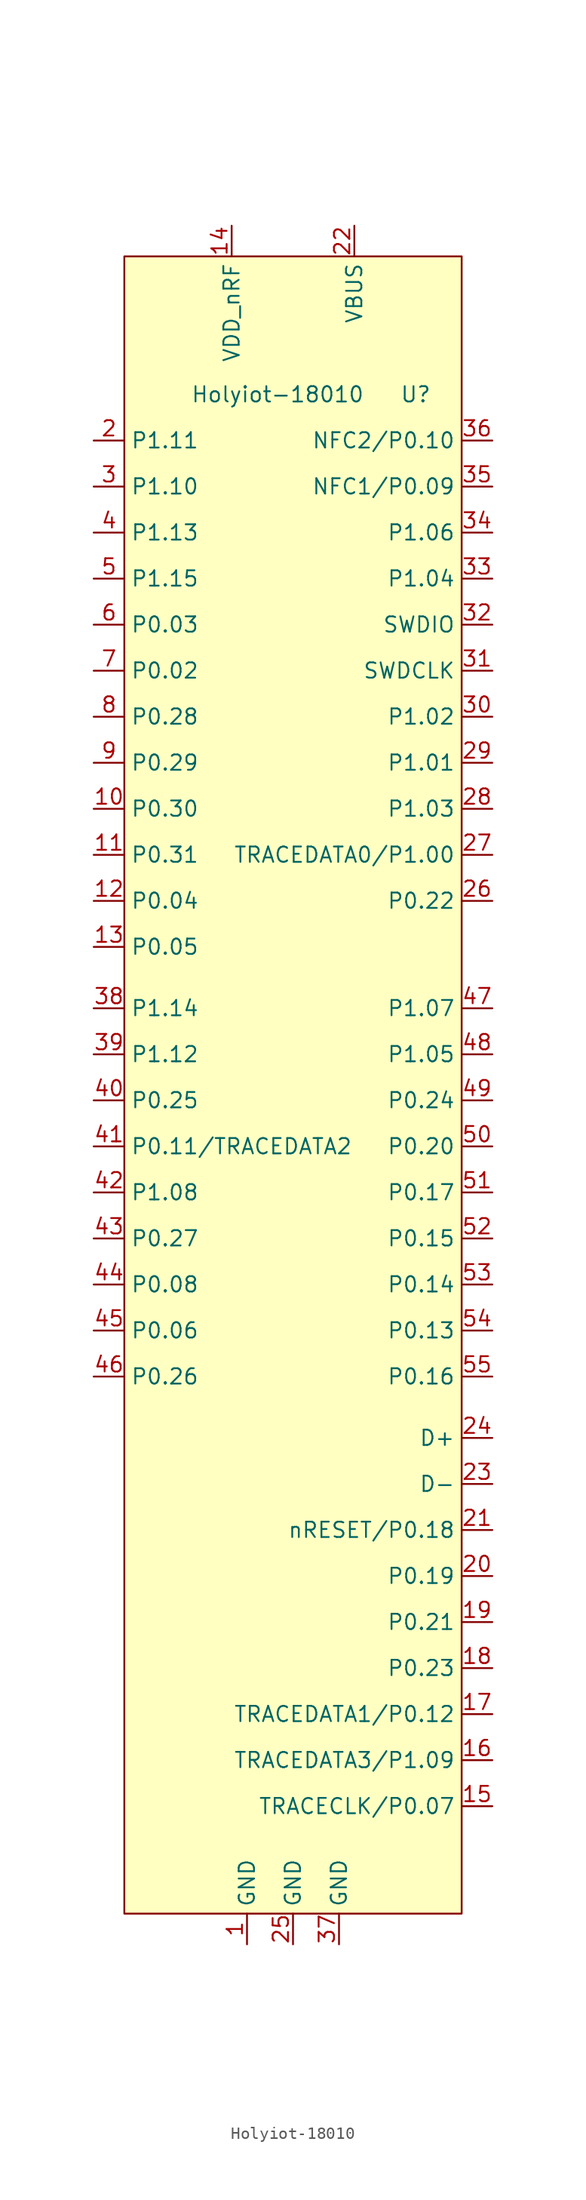
<source format=kicad_sym>
(kicad_symbol_lib
  (version 20211014)
  (generator kicad_symbol_editor)
  (symbol "Holyiot-18010"
    (property "Reference" "U"
      (at 10.16 0 0)
      (effects (font (size 1.27 1.27))))
    (property "Value" "Holyiot-18010"
      (at -1.27 0 0)
      (effects (font (size 1.27 1.27))))
    (symbol "Holyiot-18010_0_1"
      (rectangle (start -13.97 11.43) (end 13.97 -125.73) (stroke (width 0) (type default) (color 0 0 0 0)) (fill (type background))))
    (symbol "Holyiot-18010_1_1"
      (pin power_in line (at -3.81 -128.27 90) (length 2.54) (name "GND" (effects (font (size 1.27 1.27)))) (number "1" (effects (font (size 1.27 1.27)))))
      (pin bidirectional line (at -16.51 -34.29 0) (length 2.54) (name "P0.30" (effects (font (size 1.27 1.27)))) (number "10" (effects (font (size 1.27 1.27)))))
      (pin bidirectional line (at -16.51 -38.1 0) (length 2.54) (name "P0.31" (effects (font (size 1.27 1.27)))) (number "11" (effects (font (size 1.27 1.27)))))
      (pin bidirectional line (at -16.51 -41.91 0) (length 2.54) (name "P0.04" (effects (font (size 1.27 1.27)))) (number "12" (effects (font (size 1.27 1.27)))))
      (pin bidirectional line (at -16.51 -45.72 0) (length 2.54) (name "P0.05" (effects (font (size 1.27 1.27)))) (number "13" (effects (font (size 1.27 1.27)))))
      (pin power_in line (at -5.08 13.97 270) (length 2.54) (name "VDD_nRF" (effects (font (size 1.27 1.27)))) (number "14" (effects (font (size 1.27 1.27)))))
      (pin bidirectional line (at 16.51 -116.84 180) (length 2.54) (name "TRACECLK/P0.07" (effects (font (size 1.27 1.27)))) (number "15" (effects (font (size 1.27 1.27)))))
      (pin bidirectional line (at 16.51 -113.03 180) (length 2.54) (name "TRACEDATA3/P1.09" (effects (font (size 1.27 1.27)))) (number "16" (effects (font (size 1.27 1.27)))))
      (pin bidirectional line (at 16.51 -109.22 180) (length 2.54) (name "TRACEDATA1/P0.12" (effects (font (size 1.27 1.27)))) (number "17" (effects (font (size 1.27 1.27)))))
      (pin bidirectional line (at 16.51 -105.41 180) (length 2.54) (name "P0.23" (effects (font (size 1.27 1.27)))) (number "18" (effects (font (size 1.27 1.27)))))
      (pin bidirectional line (at 16.51 -101.6 180) (length 2.54) (name "P0.21" (effects (font (size 1.27 1.27)))) (number "19" (effects (font (size 1.27 1.27)))))
      (pin bidirectional line (at -16.51 -3.81 0) (length 2.54) (name "P1.11" (effects (font (size 1.27 1.27)))) (number "2" (effects (font (size 1.27 1.27)))))
      (pin bidirectional line (at 16.51 -97.79 180) (length 2.54) (name "P0.19" (effects (font (size 1.27 1.27)))) (number "20" (effects (font (size 1.27 1.27)))))
      (pin bidirectional line (at 16.51 -93.98 180) (length 2.54) (name "nRESET/P0.18" (effects (font (size 1.27 1.27)))) (number "21" (effects (font (size 1.27 1.27)))))
      (pin power_in line (at 5.08 13.97 270) (length 2.54) (name "VBUS" (effects (font (size 1.27 1.27)))) (number "22" (effects (font (size 1.27 1.27)))))
      (pin bidirectional line (at 16.51 -90.17 180) (length 2.54) (name "D-" (effects (font (size 1.27 1.27)))) (number "23" (effects (font (size 1.27 1.27)))))
      (pin bidirectional line (at 16.51 -86.36 180) (length 2.54) (name "D+" (effects (font (size 1.27 1.27)))) (number "24" (effects (font (size 1.27 1.27)))))
      (pin power_in line (at 0 -128.27 90) (length 2.54) (name "GND" (effects (font (size 1.27 1.27)))) (number "25" (effects (font (size 1.27 1.27)))))
      (pin bidirectional line (at 16.51 -41.91 180) (length 2.54) (name "P0.22" (effects (font (size 1.27 1.27)))) (number "26" (effects (font (size 1.27 1.27)))))
      (pin bidirectional line (at 16.51 -38.1 180) (length 2.54) (name "TRACEDATA0/P1.00" (effects (font (size 1.27 1.27)))) (number "27" (effects (font (size 1.27 1.27)))))
      (pin bidirectional line (at 16.51 -34.29 180) (length 2.54) (name "P1.03" (effects (font (size 1.27 1.27)))) (number "28" (effects (font (size 1.27 1.27)))))
      (pin bidirectional line (at 16.51 -30.48 180) (length 2.54) (name "P1.01" (effects (font (size 1.27 1.27)))) (number "29" (effects (font (size 1.27 1.27)))))
      (pin bidirectional line (at -16.51 -7.62 0) (length 2.54) (name "P1.10" (effects (font (size 1.27 1.27)))) (number "3" (effects (font (size 1.27 1.27)))))
      (pin bidirectional line (at 16.51 -26.67 180) (length 2.54) (name "P1.02" (effects (font (size 1.27 1.27)))) (number "30" (effects (font (size 1.27 1.27)))))
      (pin bidirectional line (at 16.51 -22.86 180) (length 2.54) (name "SWDCLK" (effects (font (size 1.27 1.27)))) (number "31" (effects (font (size 1.27 1.27)))))
      (pin bidirectional line (at 16.51 -19.05 180) (length 2.54) (name "SWDIO" (effects (font (size 1.27 1.27)))) (number "32" (effects (font (size 1.27 1.27)))))
      (pin bidirectional line (at 16.51 -15.24 180) (length 2.54) (name "P1.04" (effects (font (size 1.27 1.27)))) (number "33" (effects (font (size 1.27 1.27)))))
      (pin bidirectional line (at 16.51 -11.43 180) (length 2.54) (name "P1.06" (effects (font (size 1.27 1.27)))) (number "34" (effects (font (size 1.27 1.27)))))
      (pin bidirectional line (at 16.51 -7.62 180) (length 2.54) (name "NFC1/P0.09" (effects (font (size 1.27 1.27)))) (number "35" (effects (font (size 1.27 1.27)))))
      (pin bidirectional line (at 16.51 -3.81 180) (length 2.54) (name "NFC2/P0.10" (effects (font (size 1.27 1.27)))) (number "36" (effects (font (size 1.27 1.27)))))
      (pin power_in line (at 3.81 -128.27 90) (length 2.54) (name "GND" (effects (font (size 1.27 1.27)))) (number "37" (effects (font (size 1.27 1.27)))))
      (pin bidirectional line (at -16.51 -50.8 0) (length 2.54) (name "P1.14" (effects (font (size 1.27 1.27)))) (number "38" (effects (font (size 1.27 1.27)))))
      (pin bidirectional line (at -16.51 -54.61 0) (length 2.54) (name "P1.12" (effects (font (size 1.27 1.27)))) (number "39" (effects (font (size 1.27 1.27)))))
      (pin bidirectional line (at -16.51 -11.43 0) (length 2.54) (name "P1.13" (effects (font (size 1.27 1.27)))) (number "4" (effects (font (size 1.27 1.27)))))
      (pin bidirectional line (at -16.51 -58.42 0) (length 2.54) (name "P0.25" (effects (font (size 1.27 1.27)))) (number "40" (effects (font (size 1.27 1.27)))))
      (pin bidirectional line (at -16.51 -62.23 0) (length 2.54) (name "P0.11/TRACEDATA2" (effects (font (size 1.27 1.27)))) (number "41" (effects (font (size 1.27 1.27)))))
      (pin bidirectional line (at -16.51 -66.04 0) (length 2.54) (name "P1.08" (effects (font (size 1.27 1.27)))) (number "42" (effects (font (size 1.27 1.27)))))
      (pin bidirectional line (at -16.51 -69.85 0) (length 2.54) (name "P0.27" (effects (font (size 1.27 1.27)))) (number "43" (effects (font (size 1.27 1.27)))))
      (pin bidirectional line (at -16.51 -73.66 0) (length 2.54) (name "P0.08" (effects (font (size 1.27 1.27)))) (number "44" (effects (font (size 1.27 1.27)))))
      (pin bidirectional line (at -16.51 -77.47 0) (length 2.54) (name "P0.06" (effects (font (size 1.27 1.27)))) (number "45" (effects (font (size 1.27 1.27)))))
      (pin bidirectional line (at -16.51 -81.28 0) (length 2.54) (name "P0.26" (effects (font (size 1.27 1.27)))) (number "46" (effects (font (size 1.27 1.27)))))
      (pin bidirectional line (at 16.51 -50.8 180) (length 2.54) (name "P1.07" (effects (font (size 1.27 1.27)))) (number "47" (effects (font (size 1.27 1.27)))))
      (pin bidirectional line (at 16.51 -54.61 180) (length 2.54) (name "P1.05" (effects (font (size 1.27 1.27)))) (number "48" (effects (font (size 1.27 1.27)))))
      (pin bidirectional line (at 16.51 -58.42 180) (length 2.54) (name "P0.24" (effects (font (size 1.27 1.27)))) (number "49" (effects (font (size 1.27 1.27)))))
      (pin bidirectional line (at -16.51 -15.24 0) (length 2.54) (name "P1.15" (effects (font (size 1.27 1.27)))) (number "5" (effects (font (size 1.27 1.27)))))
      (pin bidirectional line (at 16.51 -62.23 180) (length 2.54) (name "P0.20" (effects (font (size 1.27 1.27)))) (number "50" (effects (font (size 1.27 1.27)))))
      (pin bidirectional line (at 16.51 -66.04 180) (length 2.54) (name "P0.17" (effects (font (size 1.27 1.27)))) (number "51" (effects (font (size 1.27 1.27)))))
      (pin bidirectional line (at 16.51 -69.85 180) (length 2.54) (name "P0.15" (effects (font (size 1.27 1.27)))) (number "52" (effects (font (size 1.27 1.27)))))
      (pin bidirectional line (at 16.51 -73.66 180) (length 2.54) (name "P0.14" (effects (font (size 1.27 1.27)))) (number "53" (effects (font (size 1.27 1.27)))))
      (pin bidirectional line (at 16.51 -77.47 180) (length 2.54) (name "P0.13" (effects (font (size 1.27 1.27)))) (number "54" (effects (font (size 1.27 1.27)))))
      (pin bidirectional line (at 16.51 -81.28 180) (length 2.54) (name "P0.16" (effects (font (size 1.27 1.27)))) (number "55" (effects (font (size 1.27 1.27)))))
      (pin bidirectional line (at -16.51 -19.05 0) (length 2.54) (name "P0.03" (effects (font (size 1.27 1.27)))) (number "6" (effects (font (size 1.27 1.27)))))
      (pin bidirectional line (at -16.51 -22.86 0) (length 2.54) (name "P0.02" (effects (font (size 1.27 1.27)))) (number "7" (effects (font (size 1.27 1.27)))))
      (pin bidirectional line (at -16.51 -26.67 0) (length 2.54) (name "P0.28" (effects (font (size 1.27 1.27)))) (number "8" (effects (font (size 1.27 1.27)))))
      (pin bidirectional line (at -16.51 -30.48 0) (length 2.54) (name "P0.29" (effects (font (size 1.27 1.27)))) (number "9" (effects (font (size 1.27 1.27))))))))
</source>
